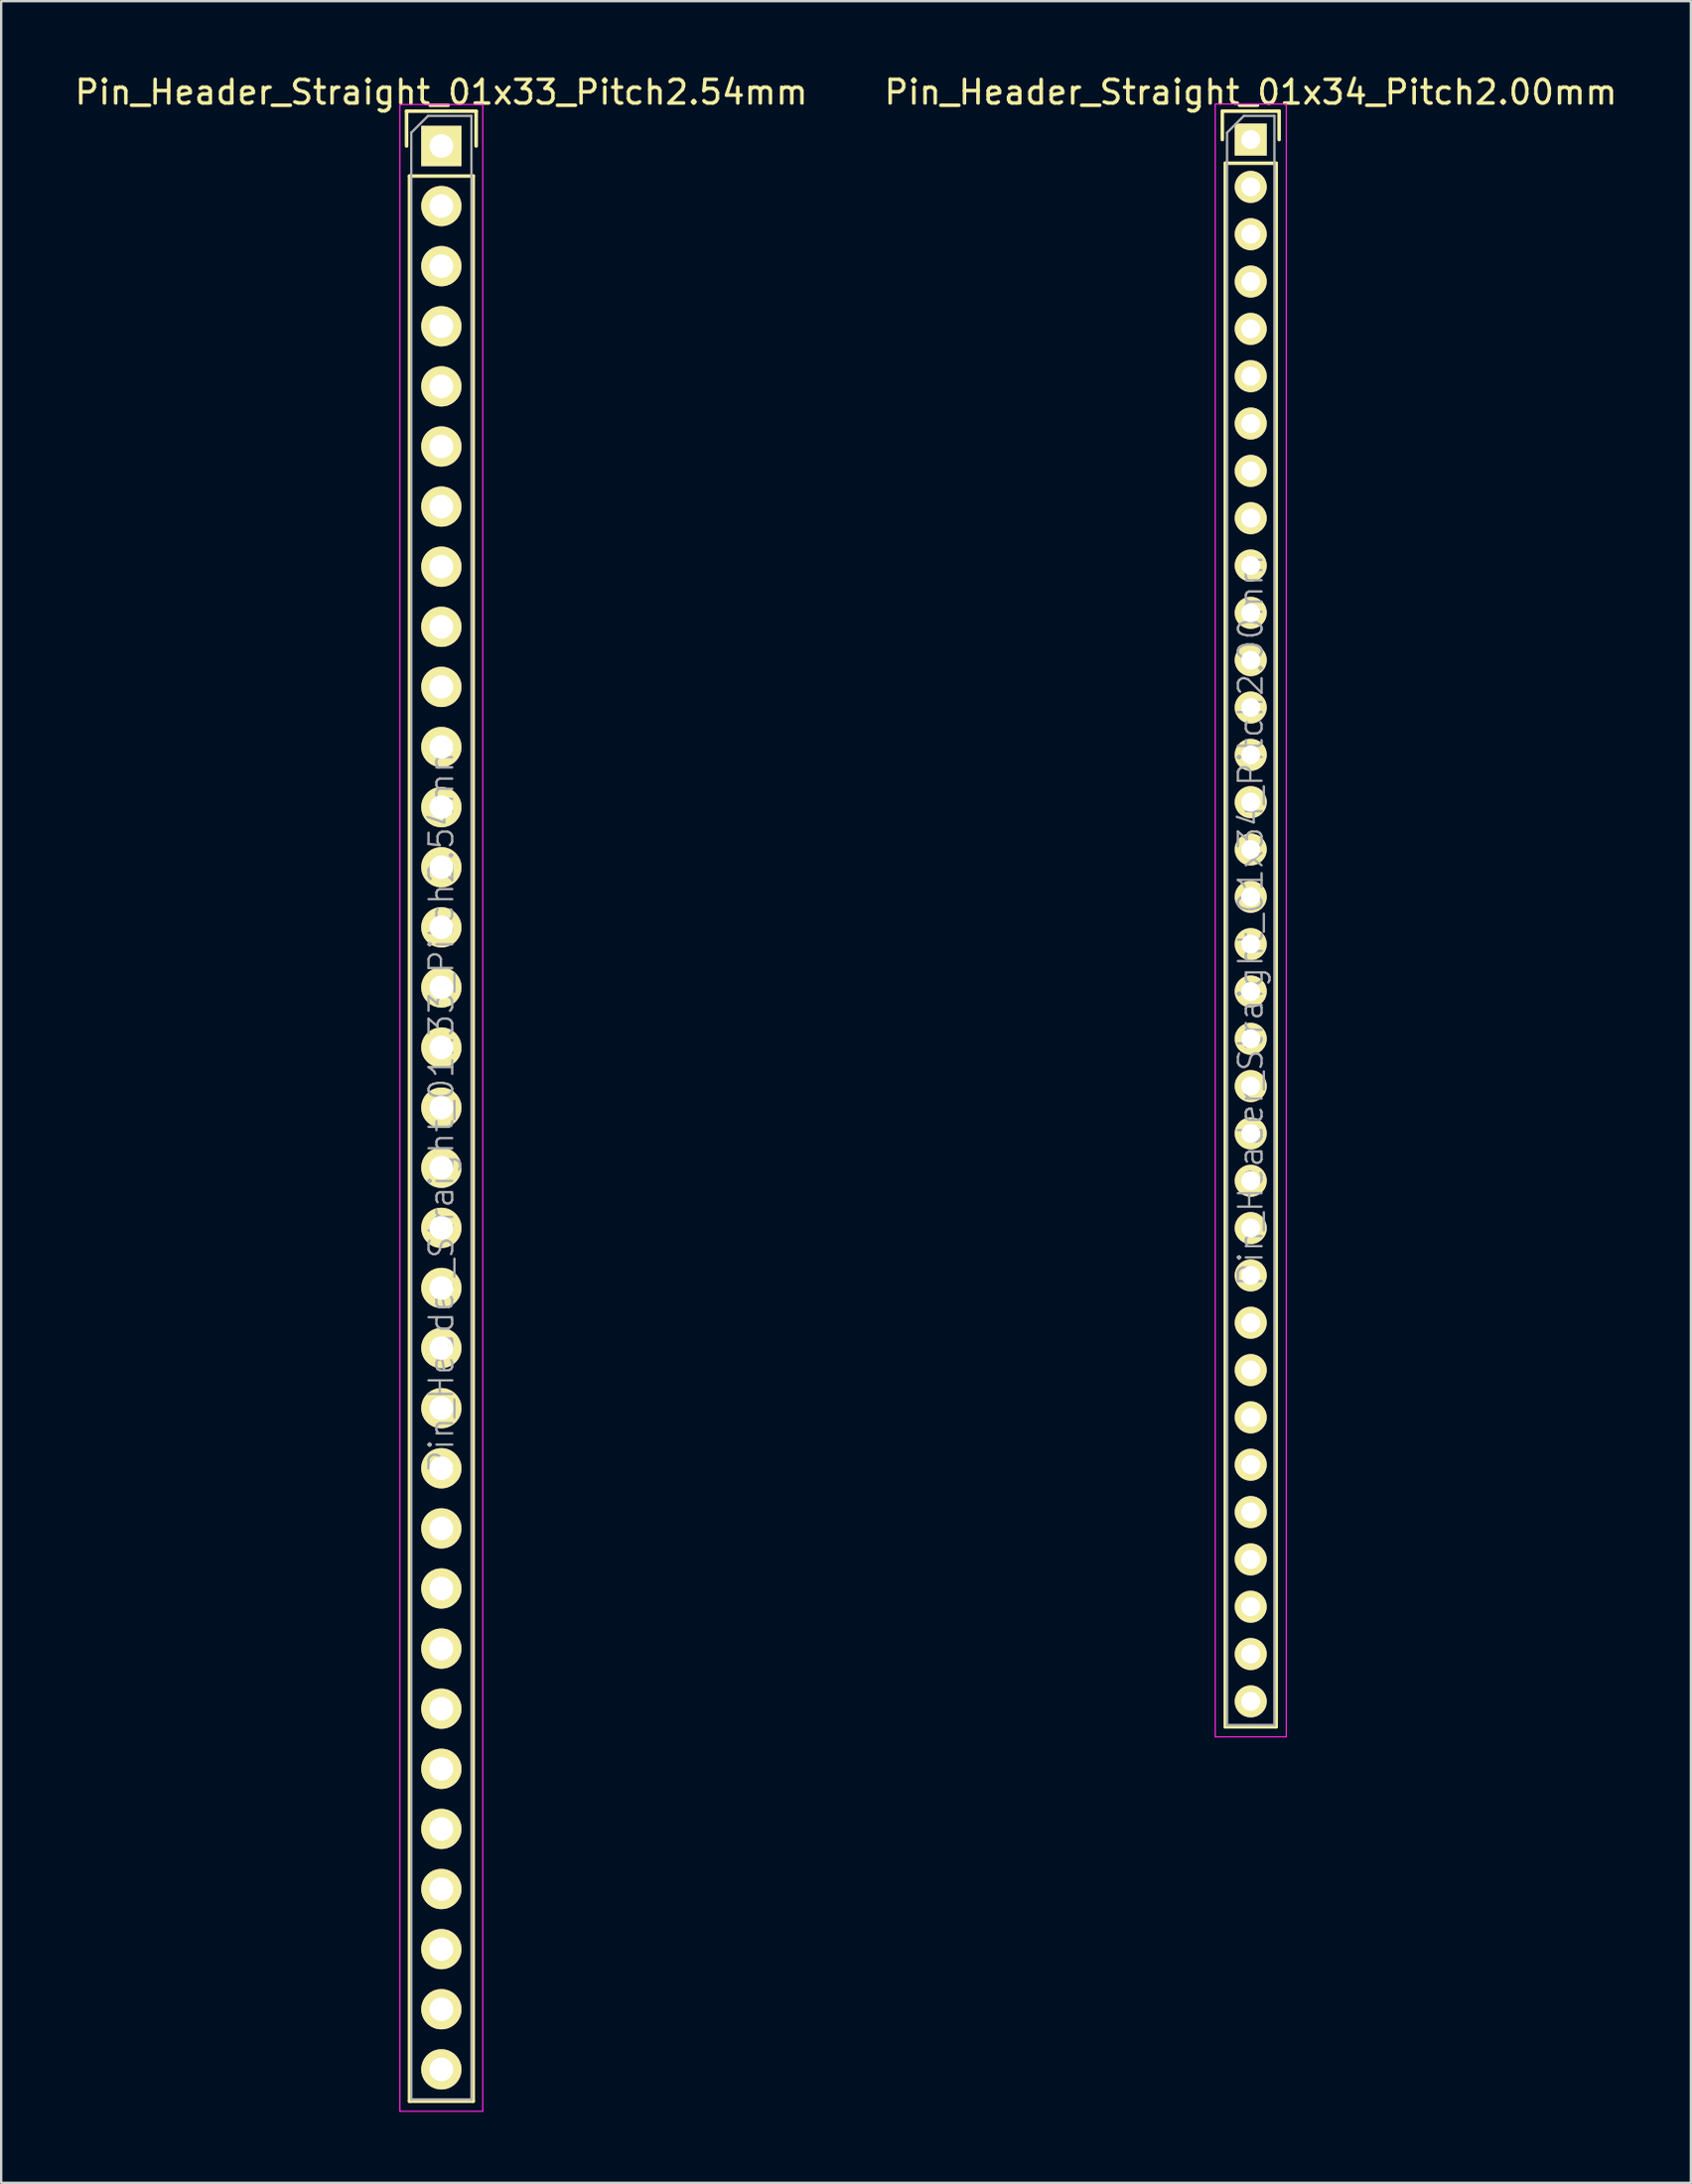
<source format=kicad_pcb>
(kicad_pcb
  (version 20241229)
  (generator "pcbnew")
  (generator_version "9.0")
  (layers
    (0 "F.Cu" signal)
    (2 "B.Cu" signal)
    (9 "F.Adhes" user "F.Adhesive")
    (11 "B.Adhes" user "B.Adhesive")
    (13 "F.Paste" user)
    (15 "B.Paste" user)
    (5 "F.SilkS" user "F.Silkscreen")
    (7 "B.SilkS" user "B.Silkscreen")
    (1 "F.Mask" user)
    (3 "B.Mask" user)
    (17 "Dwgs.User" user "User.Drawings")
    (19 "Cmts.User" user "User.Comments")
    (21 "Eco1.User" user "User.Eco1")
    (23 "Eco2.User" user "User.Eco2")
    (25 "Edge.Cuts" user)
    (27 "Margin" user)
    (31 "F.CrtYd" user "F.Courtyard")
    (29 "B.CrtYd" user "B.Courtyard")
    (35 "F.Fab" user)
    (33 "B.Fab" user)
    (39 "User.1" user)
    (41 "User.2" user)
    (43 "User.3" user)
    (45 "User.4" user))
  (footprint "Pin_Header_Straight_01x34_Pitch2.00mm"
    (layer "F.Cu")
    (at 49.804 2.848)
    (property "Reference" "Pin_Header_Straight_01x34_Pitch2.00mm" (at 0 -2 0) (layer "F.SilkS") (effects (font (size 1 1) (thickness 0.15))))
    (attr smd)
    (fp_line (start -1.2 -1.2) (end -1.2 0) (stroke (width 0.15) (type solid)) (layer "F.SilkS"))
    (fp_line (start -1.2 -1.2) (end 1.2 -1.2) (stroke (width 0.15) (type solid)) (layer "F.SilkS"))
    (fp_line (start -1.075 1) (end -1.075 67.075) (stroke (width 0.15) (type solid)) (layer "F.SilkS"))
    (fp_line (start -1.075 1) (end 1.075 1) (stroke (width 0.15) (type solid)) (layer "F.SilkS"))
    (fp_line (start -1.075 67.075) (end 1.075 67.075) (stroke (width 0.15) (type solid)) (layer "F.SilkS"))
    (fp_line (start 1.075 1) (end 1.075 67.075) (stroke (width 0.15) (type solid)) (layer "F.SilkS"))
    (fp_line (start 1.2 -1.2) (end 1.2 0) (stroke (width 0.15) (type solid)) (layer "F.SilkS"))
    (fp_line (start -1.5 -1.5) (end -1.5 67.5) (stroke (width 0.05) (type solid)) (layer "F.CrtYd"))
    (fp_line (start 1.5 -1.5) (end -1.5 -1.5) (stroke (width 0.05) (type solid)) (layer "F.CrtYd"))
    (fp_line (start 1.5 -1.5) (end 1.5 67.5) (stroke (width 0.05) (type solid)) (layer "F.CrtYd"))
    (fp_line (start 1.5 67.5) (end -1.5 67.5) (stroke (width 0.05) (type solid)) (layer "F.CrtYd"))
    (fp_line (start -1 -0.293) (end -0.293 -1) (stroke (width 0.1) (type solid)) (layer "F.Fab"))
    (fp_line (start -1 67) (end -1 -0.293) (stroke (width 0.1) (type solid)) (layer "F.Fab"))
    (fp_line (start 1 -1) (end -0.293 -1) (stroke (width 0.1) (type solid)) (layer "F.Fab"))
    (fp_line (start 1 67) (end -1 67) (stroke (width 0.1) (type solid)) (layer "F.Fab"))
    (fp_line (start 1 67) (end 1 -1) (stroke (width 0.1) (type solid)) (layer "F.Fab"))
    (fp_text user "${REFERENCE}" (at 0 33 90) (layer "F.Fab") (effects (font (size 1 1) (thickness 0.1))))
    (pad "1" thru_hole rect (at 0 0) (size 1.35 1.35) (drill 0.8) (layers "*.Cu" "*.Mask" "F.SilkS"))
    (pad "2" thru_hole oval (at 0 2) (size 1.35 1.35) (drill 0.8) (layers "*.Cu" "*.Mask" "F.SilkS"))
    (pad "3" thru_hole oval (at 0 4) (size 1.35 1.35) (drill 0.8) (layers "*.Cu" "*.Mask" "F.SilkS"))
    (pad "4" thru_hole oval (at 0 6) (size 1.35 1.35) (drill 0.8) (layers "*.Cu" "*.Mask" "F.SilkS"))
    (pad "5" thru_hole oval (at 0 8) (size 1.35 1.35) (drill 0.8) (layers "*.Cu" "*.Mask" "F.SilkS"))
    (pad "6" thru_hole oval (at 0 10) (size 1.35 1.35) (drill 0.8) (layers "*.Cu" "*.Mask" "F.SilkS"))
    (pad "7" thru_hole oval (at 0 12) (size 1.35 1.35) (drill 0.8) (layers "*.Cu" "*.Mask" "F.SilkS"))
    (pad "8" thru_hole oval (at 0 14) (size 1.35 1.35) (drill 0.8) (layers "*.Cu" "*.Mask" "F.SilkS"))
    (pad "9" thru_hole oval (at 0 16) (size 1.35 1.35) (drill 0.8) (layers "*.Cu" "*.Mask" "F.SilkS"))
    (pad "10" thru_hole oval (at 0 18) (size 1.35 1.35) (drill 0.8) (layers "*.Cu" "*.Mask" "F.SilkS"))
    (pad "11" thru_hole oval (at 0 20) (size 1.35 1.35) (drill 0.8) (layers "*.Cu" "*.Mask" "F.SilkS"))
    (pad "12" thru_hole oval (at 0 22) (size 1.35 1.35) (drill 0.8) (layers "*.Cu" "*.Mask" "F.SilkS"))
    (pad "13" thru_hole oval (at 0 24) (size 1.35 1.35) (drill 0.8) (layers "*.Cu" "*.Mask" "F.SilkS"))
    (pad "14" thru_hole oval (at 0 26) (size 1.35 1.35) (drill 0.8) (layers "*.Cu" "*.Mask" "F.SilkS"))
    (pad "15" thru_hole oval (at 0 28) (size 1.35 1.35) (drill 0.8) (layers "*.Cu" "*.Mask" "F.SilkS"))
    (pad "16" thru_hole oval (at 0 30) (size 1.35 1.35) (drill 0.8) (layers "*.Cu" "*.Mask" "F.SilkS"))
    (pad "17" thru_hole oval (at 0 32) (size 1.35 1.35) (drill 0.8) (layers "*.Cu" "*.Mask" "F.SilkS"))
    (pad "18" thru_hole oval (at 0 34) (size 1.35 1.35) (drill 0.8) (layers "*.Cu" "*.Mask" "F.SilkS"))
    (pad "19" thru_hole oval (at 0 36) (size 1.35 1.35) (drill 0.8) (layers "*.Cu" "*.Mask" "F.SilkS"))
    (pad "20" thru_hole oval (at 0 38) (size 1.35 1.35) (drill 0.8) (layers "*.Cu" "*.Mask" "F.SilkS"))
    (pad "21" thru_hole oval (at 0 40) (size 1.35 1.35) (drill 0.8) (layers "*.Cu" "*.Mask" "F.SilkS"))
    (pad "22" thru_hole oval (at 0 42) (size 1.35 1.35) (drill 0.8) (layers "*.Cu" "*.Mask" "F.SilkS"))
    (pad "23" thru_hole oval (at 0 44) (size 1.35 1.35) (drill 0.8) (layers "*.Cu" "*.Mask" "F.SilkS"))
    (pad "24" thru_hole oval (at 0 46) (size 1.35 1.35) (drill 0.8) (layers "*.Cu" "*.Mask" "F.SilkS"))
    (pad "25" thru_hole oval (at 0 48) (size 1.35 1.35) (drill 0.8) (layers "*.Cu" "*.Mask" "F.SilkS"))
    (pad "26" thru_hole oval (at 0 50) (size 1.35 1.35) (drill 0.8) (layers "*.Cu" "*.Mask" "F.SilkS"))
    (pad "27" thru_hole oval (at 0 52) (size 1.35 1.35) (drill 0.8) (layers "*.Cu" "*.Mask" "F.SilkS"))
    (pad "28" thru_hole oval (at 0 54) (size 1.35 1.35) (drill 0.8) (layers "*.Cu" "*.Mask" "F.SilkS"))
    (pad "29" thru_hole oval (at 0 56) (size 1.35 1.35) (drill 0.8) (layers "*.Cu" "*.Mask" "F.SilkS"))
    (pad "30" thru_hole oval (at 0 58) (size 1.35 1.35) (drill 0.8) (layers "*.Cu" "*.Mask" "F.SilkS"))
    (pad "31" thru_hole oval (at 0 60) (size 1.35 1.35) (drill 0.8) (layers "*.Cu" "*.Mask" "F.SilkS"))
    (pad "32" thru_hole oval (at 0 62) (size 1.35 1.35) (drill 0.8) (layers "*.Cu" "*.Mask" "F.SilkS"))
    (pad "33" thru_hole oval (at 0 64) (size 1.35 1.35) (drill 0.8) (layers "*.Cu" "*.Mask" "F.SilkS"))
    (pad "34" thru_hole oval (at 0 66) (size 1.35 1.35) (drill 0.8) (layers "*.Cu" "*.Mask" "F.SilkS")))
  (footprint "Pin_Header_Straight_01x33_Pitch2.54mm"
    (layer "F.Cu")
    (at 15.601 3.118)
    (property "Reference" "Pin_Header_Straight_01x33_Pitch2.54mm" (at 0 -2.27 0) (layer "F.SilkS") (effects (font (size 1 1) (thickness 0.15))))
    (attr smd)
    (fp_line (start -1.47 -1.47) (end -1.47 0) (stroke (width 0.15) (type solid)) (layer "F.SilkS"))
    (fp_line (start -1.47 -1.47) (end 1.47 -1.47) (stroke (width 0.15) (type solid)) (layer "F.SilkS"))
    (fp_line (start -1.345 1.27) (end -1.345 82.625) (stroke (width 0.15) (type solid)) (layer "F.SilkS"))
    (fp_line (start -1.345 1.27) (end 1.345 1.27) (stroke (width 0.15) (type solid)) (layer "F.SilkS"))
    (fp_line (start -1.345 82.625) (end 1.345 82.625) (stroke (width 0.15) (type solid)) (layer "F.SilkS"))
    (fp_line (start 1.345 1.27) (end 1.345 82.625) (stroke (width 0.15) (type solid)) (layer "F.SilkS"))
    (fp_line (start 1.47 -1.47) (end 1.47 0) (stroke (width 0.15) (type solid)) (layer "F.SilkS"))
    (fp_line (start -1.75 -1.75) (end -1.75 83.05) (stroke (width 0.05) (type solid)) (layer "F.CrtYd"))
    (fp_line (start 1.75 -1.75) (end -1.75 -1.75) (stroke (width 0.05) (type solid)) (layer "F.CrtYd"))
    (fp_line (start 1.75 -1.75) (end 1.75 83.05) (stroke (width 0.05) (type solid)) (layer "F.CrtYd"))
    (fp_line (start 1.75 83.05) (end -1.75 83.05) (stroke (width 0.05) (type solid)) (layer "F.CrtYd"))
    (fp_line (start -1.27 -0.563) (end -0.563 -1.27) (stroke (width 0.1) (type solid)) (layer "F.Fab"))
    (fp_line (start -1.27 82.55) (end -1.27 -0.563) (stroke (width 0.1) (type solid)) (layer "F.Fab"))
    (fp_line (start 1.27 -1.27) (end -0.563 -1.27) (stroke (width 0.1) (type solid)) (layer "F.Fab"))
    (fp_line (start 1.27 82.55) (end -1.27 82.55) (stroke (width 0.1) (type solid)) (layer "F.Fab"))
    (fp_line (start 1.27 82.55) (end 1.27 -1.27) (stroke (width 0.1) (type solid)) (layer "F.Fab"))
    (fp_text user "${REFERENCE}" (at 0 40.64 90) (layer "F.Fab") (effects (font (size 1 1) (thickness 0.1))))
    (pad "1" thru_hole rect (at 0 0) (size 1.7 1.7) (drill 1) (layers "*.Cu" "*.Mask" "F.SilkS"))
    (pad "2" thru_hole oval (at 0 2.54) (size 1.7 1.7) (drill 1) (layers "*.Cu" "*.Mask" "F.SilkS"))
    (pad "3" thru_hole oval (at 0 5.08) (size 1.7 1.7) (drill 1) (layers "*.Cu" "*.Mask" "F.SilkS"))
    (pad "4" thru_hole oval (at 0 7.62) (size 1.7 1.7) (drill 1) (layers "*.Cu" "*.Mask" "F.SilkS"))
    (pad "5" thru_hole oval (at 0 10.16) (size 1.7 1.7) (drill 1) (layers "*.Cu" "*.Mask" "F.SilkS"))
    (pad "6" thru_hole oval (at 0 12.7) (size 1.7 1.7) (drill 1) (layers "*.Cu" "*.Mask" "F.SilkS"))
    (pad "7" thru_hole oval (at 0 15.24) (size 1.7 1.7) (drill 1) (layers "*.Cu" "*.Mask" "F.SilkS"))
    (pad "8" thru_hole oval (at 0 17.78) (size 1.7 1.7) (drill 1) (layers "*.Cu" "*.Mask" "F.SilkS"))
    (pad "9" thru_hole oval (at 0 20.32) (size 1.7 1.7) (drill 1) (layers "*.Cu" "*.Mask" "F.SilkS"))
    (pad "10" thru_hole oval (at 0 22.86) (size 1.7 1.7) (drill 1) (layers "*.Cu" "*.Mask" "F.SilkS"))
    (pad "11" thru_hole oval (at 0 25.4) (size 1.7 1.7) (drill 1) (layers "*.Cu" "*.Mask" "F.SilkS"))
    (pad "12" thru_hole oval (at 0 27.94) (size 1.7 1.7) (drill 1) (layers "*.Cu" "*.Mask" "F.SilkS"))
    (pad "13" thru_hole oval (at 0 30.48) (size 1.7 1.7) (drill 1) (layers "*.Cu" "*.Mask" "F.SilkS"))
    (pad "14" thru_hole oval (at 0 33.02) (size 1.7 1.7) (drill 1) (layers "*.Cu" "*.Mask" "F.SilkS"))
    (pad "15" thru_hole oval (at 0 35.56) (size 1.7 1.7) (drill 1) (layers "*.Cu" "*.Mask" "F.SilkS"))
    (pad "16" thru_hole oval (at 0 38.1) (size 1.7 1.7) (drill 1) (layers "*.Cu" "*.Mask" "F.SilkS"))
    (pad "17" thru_hole oval (at 0 40.64) (size 1.7 1.7) (drill 1) (layers "*.Cu" "*.Mask" "F.SilkS"))
    (pad "18" thru_hole oval (at 0 43.18) (size 1.7 1.7) (drill 1) (layers "*.Cu" "*.Mask" "F.SilkS"))
    (pad "19" thru_hole oval (at 0 45.72) (size 1.7 1.7) (drill 1) (layers "*.Cu" "*.Mask" "F.SilkS"))
    (pad "20" thru_hole oval (at 0 48.26) (size 1.7 1.7) (drill 1) (layers "*.Cu" "*.Mask" "F.SilkS"))
    (pad "21" thru_hole oval (at 0 50.8) (size 1.7 1.7) (drill 1) (layers "*.Cu" "*.Mask" "F.SilkS"))
    (pad "22" thru_hole oval (at 0 53.34) (size 1.7 1.7) (drill 1) (layers "*.Cu" "*.Mask" "F.SilkS"))
    (pad "23" thru_hole oval (at 0 55.88) (size 1.7 1.7) (drill 1) (layers "*.Cu" "*.Mask" "F.SilkS"))
    (pad "24" thru_hole oval (at 0 58.42) (size 1.7 1.7) (drill 1) (layers "*.Cu" "*.Mask" "F.SilkS"))
    (pad "25" thru_hole oval (at 0 60.96) (size 1.7 1.7) (drill 1) (layers "*.Cu" "*.Mask" "F.SilkS"))
    (pad "26" thru_hole oval (at 0 63.5) (size 1.7 1.7) (drill 1) (layers "*.Cu" "*.Mask" "F.SilkS"))
    (pad "27" thru_hole oval (at 0 66.04) (size 1.7 1.7) (drill 1) (layers "*.Cu" "*.Mask" "F.SilkS"))
    (pad "28" thru_hole oval (at 0 68.58) (size 1.7 1.7) (drill 1) (layers "*.Cu" "*.Mask" "F.SilkS"))
    (pad "29" thru_hole oval (at 0 71.12) (size 1.7 1.7) (drill 1) (layers "*.Cu" "*.Mask" "F.SilkS"))
    (pad "30" thru_hole oval (at 0 73.66) (size 1.7 1.7) (drill 1) (layers "*.Cu" "*.Mask" "F.SilkS"))
    (pad "31" thru_hole oval (at 0 76.2) (size 1.7 1.7) (drill 1) (layers "*.Cu" "*.Mask" "F.SilkS"))
    (pad "32" thru_hole oval (at 0 78.74) (size 1.7 1.7) (drill 1) (layers "*.Cu" "*.Mask" "F.SilkS"))
    (pad "33" thru_hole oval (at 0 81.28) (size 1.7 1.7) (drill 1) (layers "*.Cu" "*.Mask" "F.SilkS")))
  (gr_rect
    (start -3 -3)
    (end 68.405 89.193)
    (stroke (width 0.1) (type default))
    (fill no)
    (layer "Edge.Cuts")))
</source>
